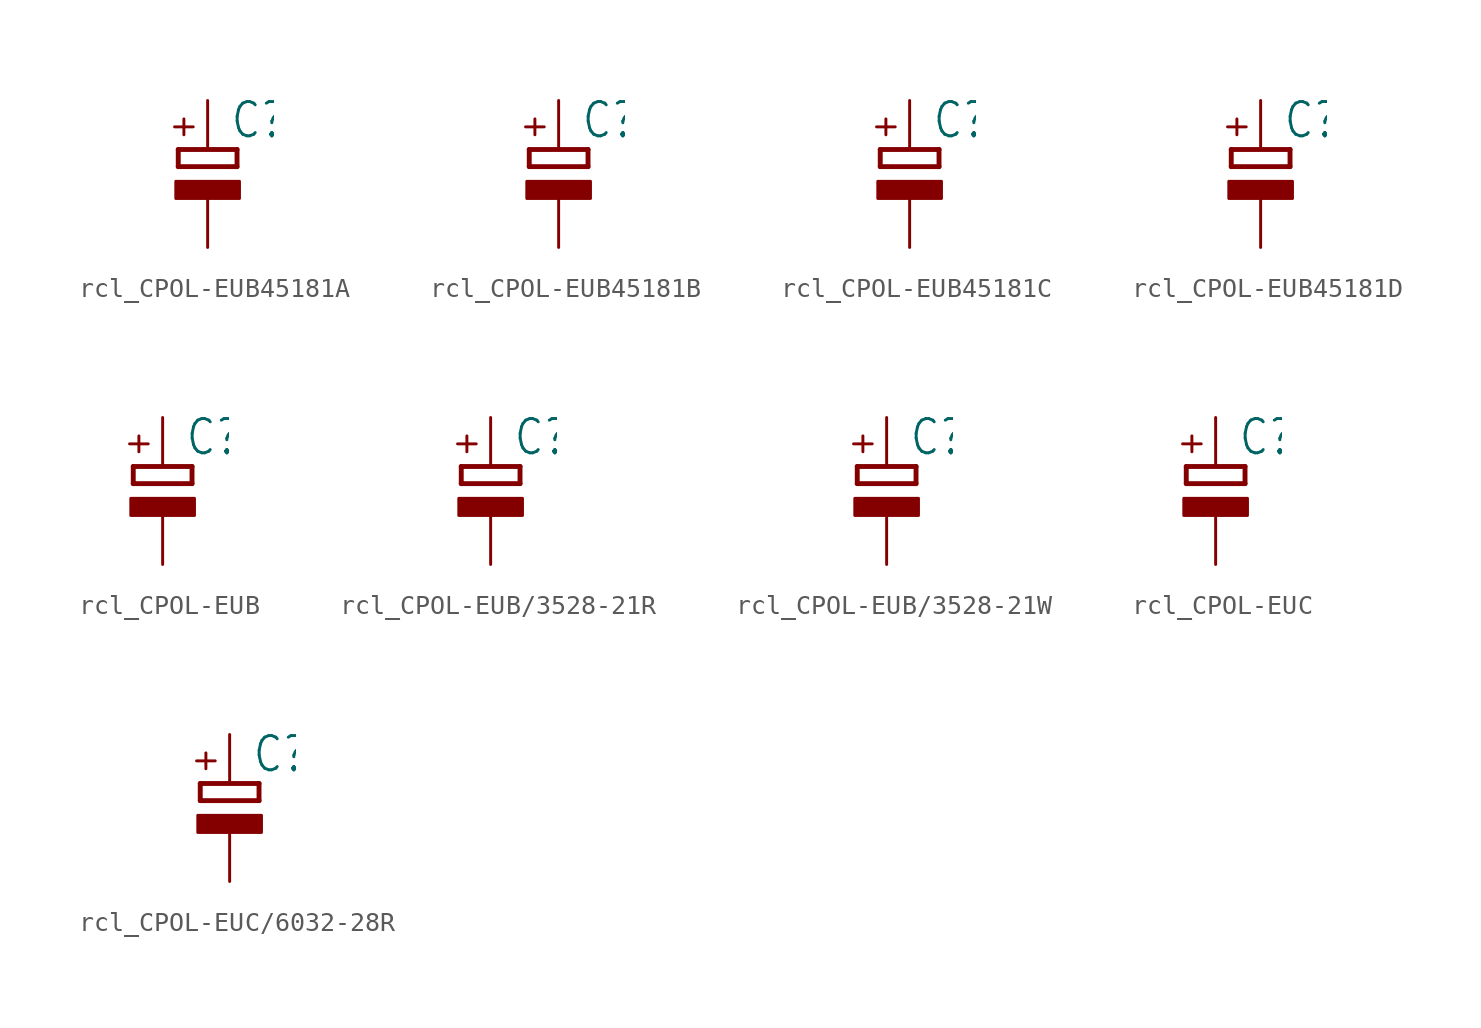
<source format=kicad_sym>
(kicad_symbol_lib
  (version 20231120)
  (generator "kicad_symbol_editor")
  (generator_version "8.0")
  (symbol "rcl_CPOL-EUB45181A"
    (property "Reference" "C"
      (at 1.143 0.483 0)
      (effects (font (size 1.778 1.511)) (justify left bottom)))
    (property "Value" ""
      (at 1.143 -4.597 0)
      (effects (font (size 1.778 1.511)) (justify left bottom)))
    (property "ki_locked" ""
      (at 0 0 0)
      (effects (font (size 1.27 1.27))))
    (symbol "rcl_CPOL-EUB45181A_1_0"
      (rectangle (start -1.651 -2.54) (end 1.651 -1.651) (stroke (width 0) (type default)) (fill (type outline)))
      (polyline (pts (xy -1.524 -0.889) (xy 1.524 -0.889)) (stroke (width 0.254) (type solid)) (fill (type none)))
      (polyline (pts (xy -1.524 0) (xy -1.524 -0.889)) (stroke (width 0.254) (type solid)) (fill (type none)))
      (polyline (pts (xy -1.524 0) (xy 1.524 0)) (stroke (width 0.254) (type solid)) (fill (type none)))
      (polyline (pts (xy 1.524 -0.889) (xy 1.524 0)) (stroke (width 0.254) (type solid)) (fill (type none)))
      (text "+" (at -0.584 0.406 900) (effects (font (size 1.27 1.079)) (justify left bottom)))
      (pin passive line (at 0 2.54 270) (length 2.54) (name "+" (effects (font (size 0 0)))) (number "+" (effects (font (size 0 0)))))
      (pin passive line (at 0 -5.08 90) (length 2.54) (name "-" (effects (font (size 0 0)))) (number "-" (effects (font (size 0 0)))))))
  (symbol "rcl_CPOL-EUB45181B"
    (property "Reference" "C"
      (at 1.143 0.483 0)
      (effects (font (size 1.778 1.511)) (justify left bottom)))
    (property "Value" ""
      (at 1.143 -4.597 0)
      (effects (font (size 1.778 1.511)) (justify left bottom)))
    (property "ki_locked" ""
      (at 0 0 0)
      (effects (font (size 1.27 1.27))))
    (symbol "rcl_CPOL-EUB45181B_1_0"
      (rectangle (start -1.651 -2.54) (end 1.651 -1.651) (stroke (width 0) (type default)) (fill (type outline)))
      (polyline (pts (xy -1.524 -0.889) (xy 1.524 -0.889)) (stroke (width 0.254) (type solid)) (fill (type none)))
      (polyline (pts (xy -1.524 0) (xy -1.524 -0.889)) (stroke (width 0.254) (type solid)) (fill (type none)))
      (polyline (pts (xy -1.524 0) (xy 1.524 0)) (stroke (width 0.254) (type solid)) (fill (type none)))
      (polyline (pts (xy 1.524 -0.889) (xy 1.524 0)) (stroke (width 0.254) (type solid)) (fill (type none)))
      (text "+" (at -0.584 0.406 900) (effects (font (size 1.27 1.079)) (justify left bottom)))
      (pin passive line (at 0 2.54 270) (length 2.54) (name "+" (effects (font (size 0 0)))) (number "+" (effects (font (size 0 0)))))
      (pin passive line (at 0 -5.08 90) (length 2.54) (name "-" (effects (font (size 0 0)))) (number "-" (effects (font (size 0 0)))))))
  (symbol "rcl_CPOL-EUB45181C"
    (property "Reference" "C"
      (at 1.143 0.483 0)
      (effects (font (size 1.778 1.511)) (justify left bottom)))
    (property "Value" ""
      (at 1.143 -4.597 0)
      (effects (font (size 1.778 1.511)) (justify left bottom)))
    (property "ki_locked" ""
      (at 0 0 0)
      (effects (font (size 1.27 1.27))))
    (symbol "rcl_CPOL-EUB45181C_1_0"
      (rectangle (start -1.651 -2.54) (end 1.651 -1.651) (stroke (width 0) (type default)) (fill (type outline)))
      (polyline (pts (xy -1.524 -0.889) (xy 1.524 -0.889)) (stroke (width 0.254) (type solid)) (fill (type none)))
      (polyline (pts (xy -1.524 0) (xy -1.524 -0.889)) (stroke (width 0.254) (type solid)) (fill (type none)))
      (polyline (pts (xy -1.524 0) (xy 1.524 0)) (stroke (width 0.254) (type solid)) (fill (type none)))
      (polyline (pts (xy 1.524 -0.889) (xy 1.524 0)) (stroke (width 0.254) (type solid)) (fill (type none)))
      (text "+" (at -0.584 0.406 900) (effects (font (size 1.27 1.079)) (justify left bottom)))
      (pin passive line (at 0 2.54 270) (length 2.54) (name "+" (effects (font (size 0 0)))) (number "+" (effects (font (size 0 0)))))
      (pin passive line (at 0 -5.08 90) (length 2.54) (name "-" (effects (font (size 0 0)))) (number "-" (effects (font (size 0 0)))))))
  (symbol "rcl_CPOL-EUB45181D"
    (property "Reference" "C"
      (at 1.143 0.483 0)
      (effects (font (size 1.778 1.511)) (justify left bottom)))
    (property "Value" ""
      (at 1.143 -4.597 0)
      (effects (font (size 1.778 1.511)) (justify left bottom)))
    (property "ki_locked" ""
      (at 0 0 0)
      (effects (font (size 1.27 1.27))))
    (symbol "rcl_CPOL-EUB45181D_1_0"
      (rectangle (start -1.651 -2.54) (end 1.651 -1.651) (stroke (width 0) (type default)) (fill (type outline)))
      (polyline (pts (xy -1.524 -0.889) (xy 1.524 -0.889)) (stroke (width 0.254) (type solid)) (fill (type none)))
      (polyline (pts (xy -1.524 0) (xy -1.524 -0.889)) (stroke (width 0.254) (type solid)) (fill (type none)))
      (polyline (pts (xy -1.524 0) (xy 1.524 0)) (stroke (width 0.254) (type solid)) (fill (type none)))
      (polyline (pts (xy 1.524 -0.889) (xy 1.524 0)) (stroke (width 0.254) (type solid)) (fill (type none)))
      (text "+" (at -0.584 0.406 900) (effects (font (size 1.27 1.079)) (justify left bottom)))
      (pin passive line (at 0 2.54 270) (length 2.54) (name "+" (effects (font (size 0 0)))) (number "+" (effects (font (size 0 0)))))
      (pin passive line (at 0 -5.08 90) (length 2.54) (name "-" (effects (font (size 0 0)))) (number "-" (effects (font (size 0 0)))))))
  (symbol "rcl_CPOL-EUB"
    (property "Reference" "C"
      (at 1.143 0.483 0)
      (effects (font (size 1.778 1.511)) (justify left bottom)))
    (property "Value" ""
      (at 1.143 -4.597 0)
      (effects (font (size 1.778 1.511)) (justify left bottom)))
    (property "ki_locked" ""
      (at 0 0 0)
      (effects (font (size 1.27 1.27))))
    (symbol "rcl_CPOL-EUB_1_0"
      (rectangle (start -1.651 -2.54) (end 1.651 -1.651) (stroke (width 0) (type default)) (fill (type outline)))
      (polyline (pts (xy -1.524 -0.889) (xy 1.524 -0.889)) (stroke (width 0.254) (type solid)) (fill (type none)))
      (polyline (pts (xy -1.524 0) (xy -1.524 -0.889)) (stroke (width 0.254) (type solid)) (fill (type none)))
      (polyline (pts (xy -1.524 0) (xy 1.524 0)) (stroke (width 0.254) (type solid)) (fill (type none)))
      (polyline (pts (xy 1.524 -0.889) (xy 1.524 0)) (stroke (width 0.254) (type solid)) (fill (type none)))
      (text "+" (at -0.584 0.406 900) (effects (font (size 1.27 1.079)) (justify left bottom)))
      (pin passive line (at 0 2.54 270) (length 2.54) (name "+" (effects (font (size 0 0)))) (number "+" (effects (font (size 0 0)))))
      (pin passive line (at 0 -5.08 90) (length 2.54) (name "-" (effects (font (size 0 0)))) (number "-" (effects (font (size 0 0)))))))
  (symbol "rcl_CPOL-EUB/3528-21R"
    (property "Reference" "C"
      (at 1.143 0.483 0)
      (effects (font (size 1.778 1.511)) (justify left bottom)))
    (property "Value" ""
      (at 1.143 -4.597 0)
      (effects (font (size 1.778 1.511)) (justify left bottom)))
    (property "ki_locked" ""
      (at 0 0 0)
      (effects (font (size 1.27 1.27))))
    (symbol "rcl_CPOL-EUB/3528-21R_1_0"
      (rectangle (start -1.651 -2.54) (end 1.651 -1.651) (stroke (width 0) (type default)) (fill (type outline)))
      (polyline (pts (xy -1.524 -0.889) (xy 1.524 -0.889)) (stroke (width 0.254) (type solid)) (fill (type none)))
      (polyline (pts (xy -1.524 0) (xy -1.524 -0.889)) (stroke (width 0.254) (type solid)) (fill (type none)))
      (polyline (pts (xy -1.524 0) (xy 1.524 0)) (stroke (width 0.254) (type solid)) (fill (type none)))
      (polyline (pts (xy 1.524 -0.889) (xy 1.524 0)) (stroke (width 0.254) (type solid)) (fill (type none)))
      (text "+" (at -0.584 0.406 900) (effects (font (size 1.27 1.079)) (justify left bottom)))
      (pin passive line (at 0 2.54 270) (length 2.54) (name "+" (effects (font (size 0 0)))) (number "+" (effects (font (size 0 0)))))
      (pin passive line (at 0 -5.08 90) (length 2.54) (name "-" (effects (font (size 0 0)))) (number "-" (effects (font (size 0 0)))))))
  (symbol "rcl_CPOL-EUB/3528-21W"
    (property "Reference" "C"
      (at 1.143 0.483 0)
      (effects (font (size 1.778 1.511)) (justify left bottom)))
    (property "Value" ""
      (at 1.143 -4.597 0)
      (effects (font (size 1.778 1.511)) (justify left bottom)))
    (property "ki_locked" ""
      (at 0 0 0)
      (effects (font (size 1.27 1.27))))
    (symbol "rcl_CPOL-EUB/3528-21W_1_0"
      (rectangle (start -1.651 -2.54) (end 1.651 -1.651) (stroke (width 0) (type default)) (fill (type outline)))
      (polyline (pts (xy -1.524 -0.889) (xy 1.524 -0.889)) (stroke (width 0.254) (type solid)) (fill (type none)))
      (polyline (pts (xy -1.524 0) (xy -1.524 -0.889)) (stroke (width 0.254) (type solid)) (fill (type none)))
      (polyline (pts (xy -1.524 0) (xy 1.524 0)) (stroke (width 0.254) (type solid)) (fill (type none)))
      (polyline (pts (xy 1.524 -0.889) (xy 1.524 0)) (stroke (width 0.254) (type solid)) (fill (type none)))
      (text "+" (at -0.584 0.406 900) (effects (font (size 1.27 1.079)) (justify left bottom)))
      (pin passive line (at 0 2.54 270) (length 2.54) (name "+" (effects (font (size 0 0)))) (number "+" (effects (font (size 0 0)))))
      (pin passive line (at 0 -5.08 90) (length 2.54) (name "-" (effects (font (size 0 0)))) (number "-" (effects (font (size 0 0)))))))
  (symbol "rcl_CPOL-EUC"
    (property "Reference" "C"
      (at 1.143 0.483 0)
      (effects (font (size 1.778 1.511)) (justify left bottom)))
    (property "Value" ""
      (at 1.143 -4.597 0)
      (effects (font (size 1.778 1.511)) (justify left bottom)))
    (property "ki_locked" ""
      (at 0 0 0)
      (effects (font (size 1.27 1.27))))
    (symbol "rcl_CPOL-EUC_1_0"
      (rectangle (start -1.651 -2.54) (end 1.651 -1.651) (stroke (width 0) (type default)) (fill (type outline)))
      (polyline (pts (xy -1.524 -0.889) (xy 1.524 -0.889)) (stroke (width 0.254) (type solid)) (fill (type none)))
      (polyline (pts (xy -1.524 0) (xy -1.524 -0.889)) (stroke (width 0.254) (type solid)) (fill (type none)))
      (polyline (pts (xy -1.524 0) (xy 1.524 0)) (stroke (width 0.254) (type solid)) (fill (type none)))
      (polyline (pts (xy 1.524 -0.889) (xy 1.524 0)) (stroke (width 0.254) (type solid)) (fill (type none)))
      (text "+" (at -0.584 0.406 900) (effects (font (size 1.27 1.079)) (justify left bottom)))
      (pin passive line (at 0 2.54 270) (length 2.54) (name "+" (effects (font (size 0 0)))) (number "+" (effects (font (size 0 0)))))
      (pin passive line (at 0 -5.08 90) (length 2.54) (name "-" (effects (font (size 0 0)))) (number "-" (effects (font (size 0 0)))))))
  (symbol "rcl_CPOL-EUC/6032-28R"
    (property "Reference" "C"
      (at 1.143 0.483 0)
      (effects (font (size 1.778 1.511)) (justify left bottom)))
    (property "Value" ""
      (at 1.143 -4.597 0)
      (effects (font (size 1.778 1.511)) (justify left bottom)))
    (property "ki_locked" ""
      (at 0 0 0)
      (effects (font (size 1.27 1.27))))
    (symbol "rcl_CPOL-EUC/6032-28R_1_0"
      (rectangle (start -1.651 -2.54) (end 1.651 -1.651) (stroke (width 0) (type default)) (fill (type outline)))
      (polyline (pts (xy -1.524 -0.889) (xy 1.524 -0.889)) (stroke (width 0.254) (type solid)) (fill (type none)))
      (polyline (pts (xy -1.524 0) (xy -1.524 -0.889)) (stroke (width 0.254) (type solid)) (fill (type none)))
      (polyline (pts (xy -1.524 0) (xy 1.524 0)) (stroke (width 0.254) (type solid)) (fill (type none)))
      (polyline (pts (xy 1.524 -0.889) (xy 1.524 0)) (stroke (width 0.254) (type solid)) (fill (type none)))
      (text "+" (at -0.584 0.406 900) (effects (font (size 1.27 1.079)) (justify left bottom)))
      (pin passive line (at 0 2.54 270) (length 2.54) (name "+" (effects (font (size 0 0)))) (number "+" (effects (font (size 0 0)))))
      (pin passive line (at 0 -5.08 90) (length 2.54) (name "-" (effects (font (size 0 0)))) (number "-" (effects (font (size 0 0))))))))
</source>
